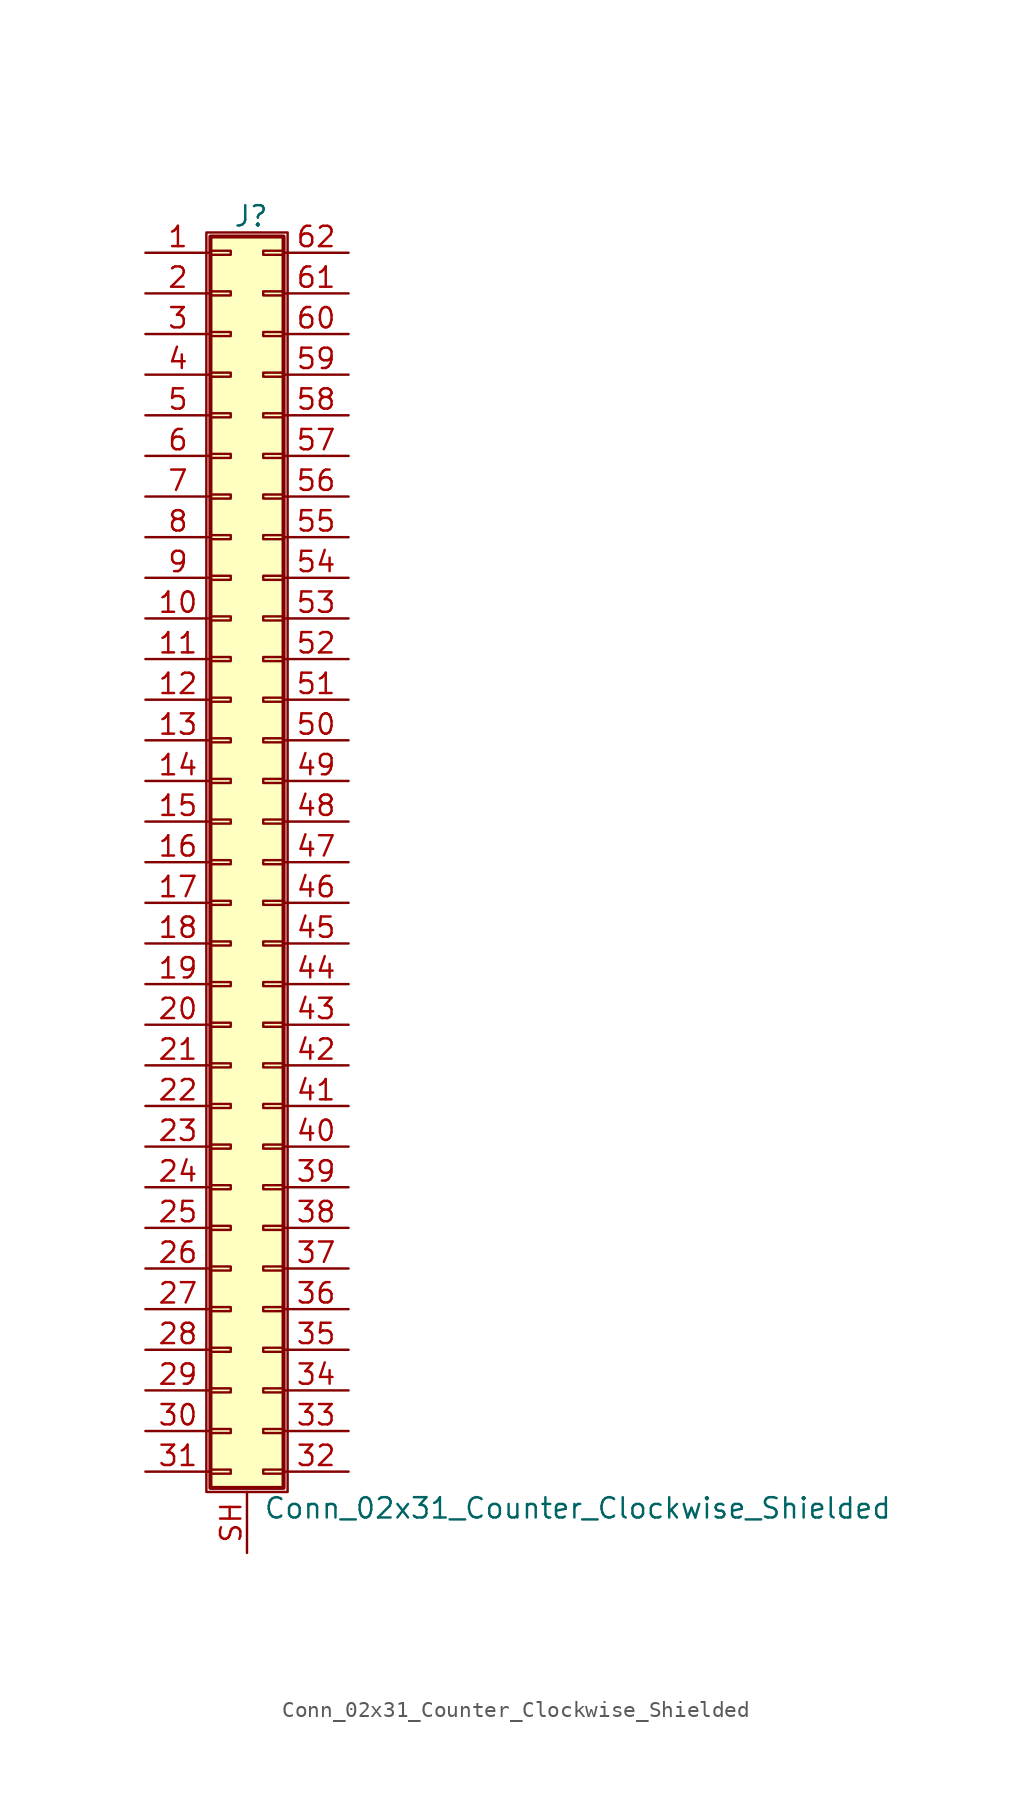
<source format=kicad_sym>
(kicad_symbol_lib
  (version 20220914)
  (generator kicad_symbol_editor)
  (symbol "Conn_02x31_Counter_Clockwise_Shielded"
    (pin_names
      (offset 1.016) hide)
    (property "Reference" "J"
      (at 1.524 40.386 0)
      (effects (font (size 1.27 1.27))))
    (property "Value" "Conn_02x31_Counter_Clockwise_Shielded"
      (at 2.286 -40.386 0)
      (effects (font (size 1.27 1.27)) (justify left)))
    (symbol "Conn_02x31_Counter_Clockwise_Shielded_1_1"
      (rectangle (start -1.27 39.37) (end 3.81 -39.37) (stroke (width 0.152) (type default)) (fill (type none)))
      (rectangle (start -1.016 -37.973) (end 0.254 -38.227) (stroke (width 0.152) (type default)) (fill (type none)))
      (rectangle (start -1.016 -35.433) (end 0.254 -35.687) (stroke (width 0.152) (type default)) (fill (type none)))
      (rectangle (start -1.016 -32.893) (end 0.254 -33.147) (stroke (width 0.152) (type default)) (fill (type none)))
      (rectangle (start -1.016 -30.353) (end 0.254 -30.607) (stroke (width 0.152) (type default)) (fill (type none)))
      (rectangle (start -1.016 -27.813) (end 0.254 -28.067) (stroke (width 0.152) (type default)) (fill (type none)))
      (rectangle (start -1.016 -25.273) (end 0.254 -25.527) (stroke (width 0.152) (type default)) (fill (type none)))
      (rectangle (start -1.016 -22.733) (end 0.254 -22.987) (stroke (width 0.152) (type default)) (fill (type none)))
      (rectangle (start -1.016 -20.193) (end 0.254 -20.447) (stroke (width 0.152) (type default)) (fill (type none)))
      (rectangle (start -1.016 -17.653) (end 0.254 -17.907) (stroke (width 0.152) (type default)) (fill (type none)))
      (rectangle (start -1.016 -15.113) (end 0.254 -15.367) (stroke (width 0.152) (type default)) (fill (type none)))
      (rectangle (start -1.016 -12.573) (end 0.254 -12.827) (stroke (width 0.152) (type default)) (fill (type none)))
      (rectangle (start -1.016 -10.033) (end 0.254 -10.287) (stroke (width 0.152) (type default)) (fill (type none)))
      (rectangle (start -1.016 -7.493) (end 0.254 -7.747) (stroke (width 0.152) (type default)) (fill (type none)))
      (rectangle (start -1.016 -4.953) (end 0.254 -5.207) (stroke (width 0.152) (type default)) (fill (type none)))
      (rectangle (start -1.016 -2.413) (end 0.254 -2.667) (stroke (width 0.152) (type default)) (fill (type none)))
      (rectangle (start -1.016 0.127) (end 0.254 -0.127) (stroke (width 0.152) (type default)) (fill (type none)))
      (rectangle (start -1.016 2.667) (end 0.254 2.413) (stroke (width 0.152) (type default)) (fill (type none)))
      (rectangle (start -1.016 5.207) (end 0.254 4.953) (stroke (width 0.152) (type default)) (fill (type none)))
      (rectangle (start -1.016 7.747) (end 0.254 7.493) (stroke (width 0.152) (type default)) (fill (type none)))
      (rectangle (start -1.016 10.287) (end 0.254 10.033) (stroke (width 0.152) (type default)) (fill (type none)))
      (rectangle (start -1.016 12.827) (end 0.254 12.573) (stroke (width 0.152) (type default)) (fill (type none)))
      (rectangle (start -1.016 15.367) (end 0.254 15.113) (stroke (width 0.152) (type default)) (fill (type none)))
      (rectangle (start -1.016 17.907) (end 0.254 17.653) (stroke (width 0.152) (type default)) (fill (type none)))
      (rectangle (start -1.016 20.447) (end 0.254 20.193) (stroke (width 0.152) (type default)) (fill (type none)))
      (rectangle (start -1.016 22.987) (end 0.254 22.733) (stroke (width 0.152) (type default)) (fill (type none)))
      (rectangle (start -1.016 25.527) (end 0.254 25.273) (stroke (width 0.152) (type default)) (fill (type none)))
      (rectangle (start -1.016 28.067) (end 0.254 27.813) (stroke (width 0.152) (type default)) (fill (type none)))
      (rectangle (start -1.016 30.607) (end 0.254 30.353) (stroke (width 0.152) (type default)) (fill (type none)))
      (rectangle (start -1.016 33.147) (end 0.254 32.893) (stroke (width 0.152) (type default)) (fill (type none)))
      (rectangle (start -1.016 35.687) (end 0.254 35.433) (stroke (width 0.152) (type default)) (fill (type none)))
      (rectangle (start -1.016 38.227) (end 0.254 37.973) (stroke (width 0.152) (type default)) (fill (type none)))
      (rectangle (start -1.016 39.116) (end 3.556 -39.116) (stroke (width 0.254) (type default)) (fill (type background)))
      (rectangle (start 3.556 -37.973) (end 2.286 -38.227) (stroke (width 0.152) (type default)) (fill (type none)))
      (rectangle (start 3.556 -35.433) (end 2.286 -35.687) (stroke (width 0.152) (type default)) (fill (type none)))
      (rectangle (start 3.556 -32.893) (end 2.286 -33.147) (stroke (width 0.152) (type default)) (fill (type none)))
      (rectangle (start 3.556 -30.353) (end 2.286 -30.607) (stroke (width 0.152) (type default)) (fill (type none)))
      (rectangle (start 3.556 -27.813) (end 2.286 -28.067) (stroke (width 0.152) (type default)) (fill (type none)))
      (rectangle (start 3.556 -25.273) (end 2.286 -25.527) (stroke (width 0.152) (type default)) (fill (type none)))
      (rectangle (start 3.556 -22.733) (end 2.286 -22.987) (stroke (width 0.152) (type default)) (fill (type none)))
      (rectangle (start 3.556 -20.193) (end 2.286 -20.447) (stroke (width 0.152) (type default)) (fill (type none)))
      (rectangle (start 3.556 -17.653) (end 2.286 -17.907) (stroke (width 0.152) (type default)) (fill (type none)))
      (rectangle (start 3.556 -15.113) (end 2.286 -15.367) (stroke (width 0.152) (type default)) (fill (type none)))
      (rectangle (start 3.556 -12.573) (end 2.286 -12.827) (stroke (width 0.152) (type default)) (fill (type none)))
      (rectangle (start 3.556 -10.033) (end 2.286 -10.287) (stroke (width 0.152) (type default)) (fill (type none)))
      (rectangle (start 3.556 -7.493) (end 2.286 -7.747) (stroke (width 0.152) (type default)) (fill (type none)))
      (rectangle (start 3.556 -4.953) (end 2.286 -5.207) (stroke (width 0.152) (type default)) (fill (type none)))
      (rectangle (start 3.556 -2.413) (end 2.286 -2.667) (stroke (width 0.152) (type default)) (fill (type none)))
      (rectangle (start 3.556 0.127) (end 2.286 -0.127) (stroke (width 0.152) (type default)) (fill (type none)))
      (rectangle (start 3.556 2.667) (end 2.286 2.413) (stroke (width 0.152) (type default)) (fill (type none)))
      (rectangle (start 3.556 5.207) (end 2.286 4.953) (stroke (width 0.152) (type default)) (fill (type none)))
      (rectangle (start 3.556 7.747) (end 2.286 7.493) (stroke (width 0.152) (type default)) (fill (type none)))
      (rectangle (start 3.556 10.287) (end 2.286 10.033) (stroke (width 0.152) (type default)) (fill (type none)))
      (rectangle (start 3.556 12.827) (end 2.286 12.573) (stroke (width 0.152) (type default)) (fill (type none)))
      (rectangle (start 3.556 15.367) (end 2.286 15.113) (stroke (width 0.152) (type default)) (fill (type none)))
      (rectangle (start 3.556 17.907) (end 2.286 17.653) (stroke (width 0.152) (type default)) (fill (type none)))
      (rectangle (start 3.556 20.447) (end 2.286 20.193) (stroke (width 0.152) (type default)) (fill (type none)))
      (rectangle (start 3.556 22.987) (end 2.286 22.733) (stroke (width 0.152) (type default)) (fill (type none)))
      (rectangle (start 3.556 25.527) (end 2.286 25.273) (stroke (width 0.152) (type default)) (fill (type none)))
      (rectangle (start 3.556 28.067) (end 2.286 27.813) (stroke (width 0.152) (type default)) (fill (type none)))
      (rectangle (start 3.556 30.607) (end 2.286 30.353) (stroke (width 0.152) (type default)) (fill (type none)))
      (rectangle (start 3.556 33.147) (end 2.286 32.893) (stroke (width 0.152) (type default)) (fill (type none)))
      (rectangle (start 3.556 35.687) (end 2.286 35.433) (stroke (width 0.152) (type default)) (fill (type none)))
      (rectangle (start 3.556 38.227) (end 2.286 37.973) (stroke (width 0.152) (type default)) (fill (type none)))
      (pin passive line (at -5.08 38.1 0) (length 4.064) (name "Pin_1" (effects (font (size 1.27 1.27)))) (number "1" (effects (font (size 1.27 1.27)))))
      (pin passive line (at -5.08 15.24 0) (length 4.064) (name "Pin_10" (effects (font (size 1.27 1.27)))) (number "10" (effects (font (size 1.27 1.27)))))
      (pin passive line (at -5.08 12.7 0) (length 4.064) (name "Pin_11" (effects (font (size 1.27 1.27)))) (number "11" (effects (font (size 1.27 1.27)))))
      (pin passive line (at -5.08 10.16 0) (length 4.064) (name "Pin_12" (effects (font (size 1.27 1.27)))) (number "12" (effects (font (size 1.27 1.27)))))
      (pin passive line (at -5.08 7.62 0) (length 4.064) (name "Pin_13" (effects (font (size 1.27 1.27)))) (number "13" (effects (font (size 1.27 1.27)))))
      (pin passive line (at -5.08 5.08 0) (length 4.064) (name "Pin_14" (effects (font (size 1.27 1.27)))) (number "14" (effects (font (size 1.27 1.27)))))
      (pin passive line (at -5.08 2.54 0) (length 4.064) (name "Pin_15" (effects (font (size 1.27 1.27)))) (number "15" (effects (font (size 1.27 1.27)))))
      (pin passive line (at -5.08 0 0) (length 4.064) (name "Pin_16" (effects (font (size 1.27 1.27)))) (number "16" (effects (font (size 1.27 1.27)))))
      (pin passive line (at -5.08 -2.54 0) (length 4.064) (name "Pin_17" (effects (font (size 1.27 1.27)))) (number "17" (effects (font (size 1.27 1.27)))))
      (pin passive line (at -5.08 -5.08 0) (length 4.064) (name "Pin_18" (effects (font (size 1.27 1.27)))) (number "18" (effects (font (size 1.27 1.27)))))
      (pin passive line (at -5.08 -7.62 0) (length 4.064) (name "Pin_19" (effects (font (size 1.27 1.27)))) (number "19" (effects (font (size 1.27 1.27)))))
      (pin passive line (at -5.08 35.56 0) (length 4.064) (name "Pin_2" (effects (font (size 1.27 1.27)))) (number "2" (effects (font (size 1.27 1.27)))))
      (pin passive line (at -5.08 -10.16 0) (length 4.064) (name "Pin_20" (effects (font (size 1.27 1.27)))) (number "20" (effects (font (size 1.27 1.27)))))
      (pin passive line (at -5.08 -12.7 0) (length 4.064) (name "Pin_21" (effects (font (size 1.27 1.27)))) (number "21" (effects (font (size 1.27 1.27)))))
      (pin passive line (at -5.08 -15.24 0) (length 4.064) (name "Pin_22" (effects (font (size 1.27 1.27)))) (number "22" (effects (font (size 1.27 1.27)))))
      (pin passive line (at -5.08 -17.78 0) (length 4.064) (name "Pin_23" (effects (font (size 1.27 1.27)))) (number "23" (effects (font (size 1.27 1.27)))))
      (pin passive line (at -5.08 -20.32 0) (length 4.064) (name "Pin_24" (effects (font (size 1.27 1.27)))) (number "24" (effects (font (size 1.27 1.27)))))
      (pin passive line (at -5.08 -22.86 0) (length 4.064) (name "Pin_25" (effects (font (size 1.27 1.27)))) (number "25" (effects (font (size 1.27 1.27)))))
      (pin passive line (at -5.08 -25.4 0) (length 4.064) (name "Pin_26" (effects (font (size 1.27 1.27)))) (number "26" (effects (font (size 1.27 1.27)))))
      (pin passive line (at -5.08 -27.94 0) (length 4.064) (name "Pin_27" (effects (font (size 1.27 1.27)))) (number "27" (effects (font (size 1.27 1.27)))))
      (pin passive line (at -5.08 -30.48 0) (length 4.064) (name "Pin_28" (effects (font (size 1.27 1.27)))) (number "28" (effects (font (size 1.27 1.27)))))
      (pin passive line (at -5.08 -33.02 0) (length 4.064) (name "Pin_29" (effects (font (size 1.27 1.27)))) (number "29" (effects (font (size 1.27 1.27)))))
      (pin passive line (at -5.08 33.02 0) (length 4.064) (name "Pin_3" (effects (font (size 1.27 1.27)))) (number "3" (effects (font (size 1.27 1.27)))))
      (pin passive line (at -5.08 -35.56 0) (length 4.064) (name "Pin_30" (effects (font (size 1.27 1.27)))) (number "30" (effects (font (size 1.27 1.27)))))
      (pin passive line (at -5.08 -38.1 0) (length 4.064) (name "Pin_31" (effects (font (size 1.27 1.27)))) (number "31" (effects (font (size 1.27 1.27)))))
      (pin passive line (at 7.62 -38.1 180) (length 4.064) (name "Pin_32" (effects (font (size 1.27 1.27)))) (number "32" (effects (font (size 1.27 1.27)))))
      (pin passive line (at 7.62 -35.56 180) (length 4.064) (name "Pin_33" (effects (font (size 1.27 1.27)))) (number "33" (effects (font (size 1.27 1.27)))))
      (pin passive line (at 7.62 -33.02 180) (length 4.064) (name "Pin_34" (effects (font (size 1.27 1.27)))) (number "34" (effects (font (size 1.27 1.27)))))
      (pin passive line (at 7.62 -30.48 180) (length 4.064) (name "Pin_35" (effects (font (size 1.27 1.27)))) (number "35" (effects (font (size 1.27 1.27)))))
      (pin passive line (at 7.62 -27.94 180) (length 4.064) (name "Pin_36" (effects (font (size 1.27 1.27)))) (number "36" (effects (font (size 1.27 1.27)))))
      (pin passive line (at 7.62 -25.4 180) (length 4.064) (name "Pin_37" (effects (font (size 1.27 1.27)))) (number "37" (effects (font (size 1.27 1.27)))))
      (pin passive line (at 7.62 -22.86 180) (length 4.064) (name "Pin_38" (effects (font (size 1.27 1.27)))) (number "38" (effects (font (size 1.27 1.27)))))
      (pin passive line (at 7.62 -20.32 180) (length 4.064) (name "Pin_39" (effects (font (size 1.27 1.27)))) (number "39" (effects (font (size 1.27 1.27)))))
      (pin passive line (at -5.08 30.48 0) (length 4.064) (name "Pin_4" (effects (font (size 1.27 1.27)))) (number "4" (effects (font (size 1.27 1.27)))))
      (pin passive line (at 7.62 -17.78 180) (length 4.064) (name "Pin_40" (effects (font (size 1.27 1.27)))) (number "40" (effects (font (size 1.27 1.27)))))
      (pin passive line (at 7.62 -15.24 180) (length 4.064) (name "Pin_41" (effects (font (size 1.27 1.27)))) (number "41" (effects (font (size 1.27 1.27)))))
      (pin passive line (at 7.62 -12.7 180) (length 4.064) (name "Pin_42" (effects (font (size 1.27 1.27)))) (number "42" (effects (font (size 1.27 1.27)))))
      (pin passive line (at 7.62 -10.16 180) (length 4.064) (name "Pin_43" (effects (font (size 1.27 1.27)))) (number "43" (effects (font (size 1.27 1.27)))))
      (pin passive line (at 7.62 -7.62 180) (length 4.064) (name "Pin_44" (effects (font (size 1.27 1.27)))) (number "44" (effects (font (size 1.27 1.27)))))
      (pin passive line (at 7.62 -5.08 180) (length 4.064) (name "Pin_45" (effects (font (size 1.27 1.27)))) (number "45" (effects (font (size 1.27 1.27)))))
      (pin passive line (at 7.62 -2.54 180) (length 4.064) (name "Pin_46" (effects (font (size 1.27 1.27)))) (number "46" (effects (font (size 1.27 1.27)))))
      (pin passive line (at 7.62 0 180) (length 4.064) (name "Pin_47" (effects (font (size 1.27 1.27)))) (number "47" (effects (font (size 1.27 1.27)))))
      (pin passive line (at 7.62 2.54 180) (length 4.064) (name "Pin_48" (effects (font (size 1.27 1.27)))) (number "48" (effects (font (size 1.27 1.27)))))
      (pin passive line (at 7.62 5.08 180) (length 4.064) (name "Pin_49" (effects (font (size 1.27 1.27)))) (number "49" (effects (font (size 1.27 1.27)))))
      (pin passive line (at -5.08 27.94 0) (length 4.064) (name "Pin_5" (effects (font (size 1.27 1.27)))) (number "5" (effects (font (size 1.27 1.27)))))
      (pin passive line (at 7.62 7.62 180) (length 4.064) (name "Pin_50" (effects (font (size 1.27 1.27)))) (number "50" (effects (font (size 1.27 1.27)))))
      (pin passive line (at 7.62 10.16 180) (length 4.064) (name "Pin_51" (effects (font (size 1.27 1.27)))) (number "51" (effects (font (size 1.27 1.27)))))
      (pin passive line (at 7.62 12.7 180) (length 4.064) (name "Pin_52" (effects (font (size 1.27 1.27)))) (number "52" (effects (font (size 1.27 1.27)))))
      (pin passive line (at 7.62 15.24 180) (length 4.064) (name "Pin_53" (effects (font (size 1.27 1.27)))) (number "53" (effects (font (size 1.27 1.27)))))
      (pin passive line (at 7.62 17.78 180) (length 4.064) (name "Pin_54" (effects (font (size 1.27 1.27)))) (number "54" (effects (font (size 1.27 1.27)))))
      (pin passive line (at 7.62 20.32 180) (length 4.064) (name "Pin_55" (effects (font (size 1.27 1.27)))) (number "55" (effects (font (size 1.27 1.27)))))
      (pin passive line (at 7.62 22.86 180) (length 4.064) (name "Pin_56" (effects (font (size 1.27 1.27)))) (number "56" (effects (font (size 1.27 1.27)))))
      (pin passive line (at 7.62 25.4 180) (length 4.064) (name "Pin_57" (effects (font (size 1.27 1.27)))) (number "57" (effects (font (size 1.27 1.27)))))
      (pin passive line (at 7.62 27.94 180) (length 4.064) (name "Pin_58" (effects (font (size 1.27 1.27)))) (number "58" (effects (font (size 1.27 1.27)))))
      (pin passive line (at 7.62 30.48 180) (length 4.064) (name "Pin_59" (effects (font (size 1.27 1.27)))) (number "59" (effects (font (size 1.27 1.27)))))
      (pin passive line (at -5.08 25.4 0) (length 4.064) (name "Pin_6" (effects (font (size 1.27 1.27)))) (number "6" (effects (font (size 1.27 1.27)))))
      (pin passive line (at 7.62 33.02 180) (length 4.064) (name "Pin_60" (effects (font (size 1.27 1.27)))) (number "60" (effects (font (size 1.27 1.27)))))
      (pin passive line (at 7.62 35.56 180) (length 4.064) (name "Pin_61" (effects (font (size 1.27 1.27)))) (number "61" (effects (font (size 1.27 1.27)))))
      (pin passive line (at 7.62 38.1 180) (length 4.064) (name "Pin_62" (effects (font (size 1.27 1.27)))) (number "62" (effects (font (size 1.27 1.27)))))
      (pin passive line (at -5.08 22.86 0) (length 4.064) (name "Pin_7" (effects (font (size 1.27 1.27)))) (number "7" (effects (font (size 1.27 1.27)))))
      (pin passive line (at -5.08 20.32 0) (length 4.064) (name "Pin_8" (effects (font (size 1.27 1.27)))) (number "8" (effects (font (size 1.27 1.27)))))
      (pin passive line (at -5.08 17.78 0) (length 4.064) (name "Pin_9" (effects (font (size 1.27 1.27)))) (number "9" (effects (font (size 1.27 1.27)))))
      (pin passive line (at 1.27 -43.18 90) (length 3.81) (name "Shield" (effects (font (size 1.27 1.27)))) (number "SH" (effects (font (size 1.27 1.27))))))))
</source>
